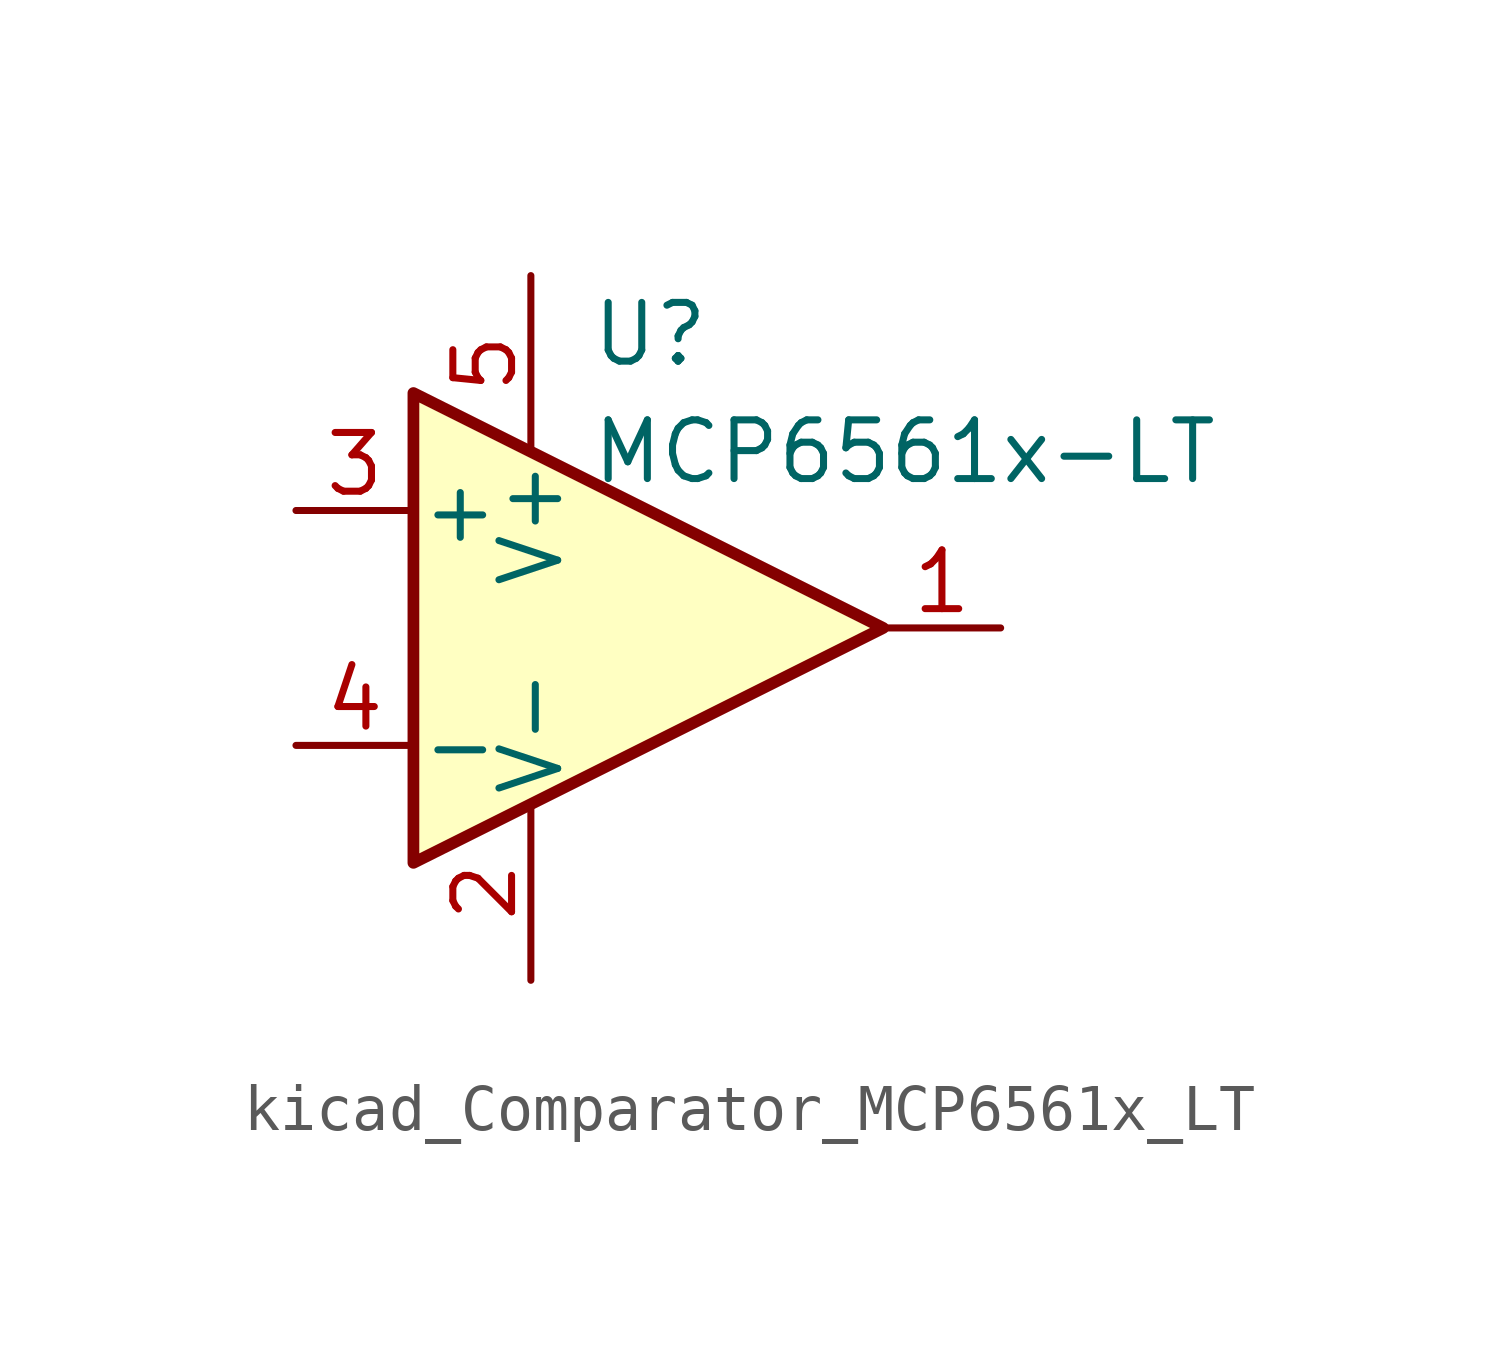
<source format=kicad_sym>
(kicad_symbol_lib
  (version 20220914)
  (generator kicad_symbol_editor)
  (symbol "kicad_Comparator_MCP6561x_LT"
    (pin_names
      (offset 0.127))
    (property "Reference" "U"
      (at -1.27 6.35 0)
      (effects (font (size 1.27 1.27)) (justify left)))
    (property "Value" "MCP6561x-LT"
      (at -1.27 3.81 0)
      (effects (font (size 1.27 1.27)) (justify left)))
    (symbol "kicad_Comparator_MCP6561x_LT_0_1"
      (polyline (pts (xy -5.08 5.08) (xy 5.08 0) (xy -5.08 -5.08) (xy -5.08 5.08)) (stroke (width 0.254) (type default)) (fill (type background)))
      (pin power_in line (at -2.54 -7.62 90) (length 3.81) (name "V-" (effects (font (size 1.27 1.27)))) (number "2" (effects (font (size 1.27 1.27)))))
      (pin power_in line (at -2.54 7.62 270) (length 3.81) (name "V+" (effects (font (size 1.27 1.27)))) (number "5" (effects (font (size 1.27 1.27))))))
    (symbol "kicad_Comparator_MCP6561x_LT_1_1"
      (pin output line (at 7.62 0 180) (length 2.54) (name "~" (effects (font (size 1.27 1.27)))) (number "1" (effects (font (size 1.27 1.27)))))
      (pin input line (at -7.62 2.54 0) (length 2.54) (name "+" (effects (font (size 1.27 1.27)))) (number "3" (effects (font (size 1.27 1.27)))))
      (pin input line (at -7.62 -2.54 0) (length 2.54) (name "-" (effects (font (size 1.27 1.27)))) (number "4" (effects (font (size 1.27 1.27))))))))
</source>
